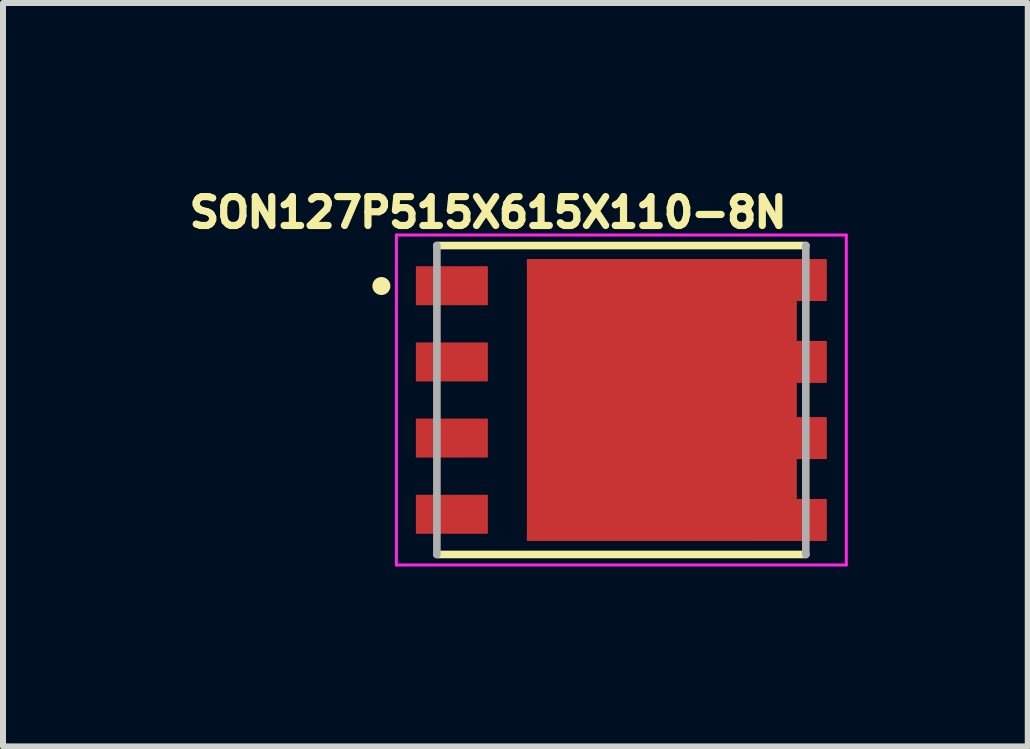
<source format=kicad_pcb>
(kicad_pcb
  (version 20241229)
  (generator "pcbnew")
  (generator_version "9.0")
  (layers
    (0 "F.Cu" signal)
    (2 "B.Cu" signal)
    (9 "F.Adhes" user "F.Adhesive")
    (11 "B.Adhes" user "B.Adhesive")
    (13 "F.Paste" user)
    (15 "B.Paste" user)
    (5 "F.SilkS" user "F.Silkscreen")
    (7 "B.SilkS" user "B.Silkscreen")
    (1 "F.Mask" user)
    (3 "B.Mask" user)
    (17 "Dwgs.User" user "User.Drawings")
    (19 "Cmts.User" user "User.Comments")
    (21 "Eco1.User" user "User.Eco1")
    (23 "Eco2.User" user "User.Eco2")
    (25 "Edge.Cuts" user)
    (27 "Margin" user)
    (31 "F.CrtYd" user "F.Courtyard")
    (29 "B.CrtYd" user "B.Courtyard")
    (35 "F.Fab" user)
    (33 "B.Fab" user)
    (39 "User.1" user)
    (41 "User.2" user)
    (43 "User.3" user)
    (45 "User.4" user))
  (footprint "SON127P515X615X110-8N"
    (layer "F.Cu")
    (at 7.308 3.618)
    (property "Reference" "SON127P515X615X110-8N" (at -2.22 -3.126 0) (layer "F.SilkS") (effects (font (size 0.481 0.481) (thickness 0.15))))
    (attr through_hole)
    (fp_line (start -3.075 -2.575) (end 3.075 -2.575) (stroke (width 0.127) (type solid)) (layer "F.SilkS"))
    (fp_line (start 3.075 2.575) (end -3.075 2.575) (stroke (width 0.127) (type solid)) (layer "F.SilkS"))
    (fp_circle (center -4 -1.9) (end -3.85 -1.9) (stroke (width 0) (type solid)) (fill yes) (layer "F.SilkS"))
    (fp_line (start -3.75 -2.75) (end 3.75 -2.75) (stroke (width 0.05) (type solid)) (layer "F.CrtYd"))
    (fp_line (start -3.75 2.75) (end -3.75 -2.75) (stroke (width 0.05) (type solid)) (layer "F.CrtYd"))
    (fp_line (start 3.75 -2.75) (end 3.75 2.75) (stroke (width 0.05) (type solid)) (layer "F.CrtYd"))
    (fp_line (start 3.75 2.75) (end -3.75 2.75) (stroke (width 0.05) (type solid)) (layer "F.CrtYd"))
    (fp_line (start -3.075 2.575) (end -3.075 -2.575) (stroke (width 0.127) (type solid)) (layer "F.Fab"))
    (fp_line (start 3.075 -2.575) (end 3.075 2.575) (stroke (width 0.127) (type solid)) (layer "F.Fab"))
    (pad "1" smd rect (at -2.825 -1.905) (size 1.2 0.65) (layers "F.Cu" "F.Mask" "F.Paste"))
    (pad "2" smd rect (at -2.825 -0.635) (size 1.2 0.65) (layers "F.Cu" "F.Mask" "F.Paste"))
    (pad "3" smd rect (at -2.825 0.635) (size 1.2 0.65) (layers "F.Cu" "F.Mask" "F.Paste"))
    (pad "4" smd rect (at -2.825 1.905) (size 1.2 0.65) (layers "F.Cu" "F.Mask" "F.Paste"))
    (pad "5" smd rect (at 2.825 2) (size 1.2 0.7) (layers "F.Cu" "F.Mask" "F.Paste"))
    (pad "6" smd rect (at 2.825 0.635) (size 1.2 0.7) (layers "F.Cu" "F.Mask" "F.Paste"))
    (pad "7" smd rect (at 2.825 -0.635) (size 1.2 0.7) (layers "F.Cu" "F.Mask" "F.Paste"))
    (pad "8" smd rect (at 2.825 -2) (size 1.2 0.7) (layers "F.Cu" "F.Mask" "F.Paste"))
    (pad "9" smd rect (at 0.675 0) (size 4.5 4.7) (layers "F.Cu" "F.Mask" "F.Paste")))
  (gr_rect
    (start -3 -3)
    (end 14.083 9.393)
    (stroke (width 0.1) (type default))
    (fill no)
    (layer "Edge.Cuts")))
</source>
